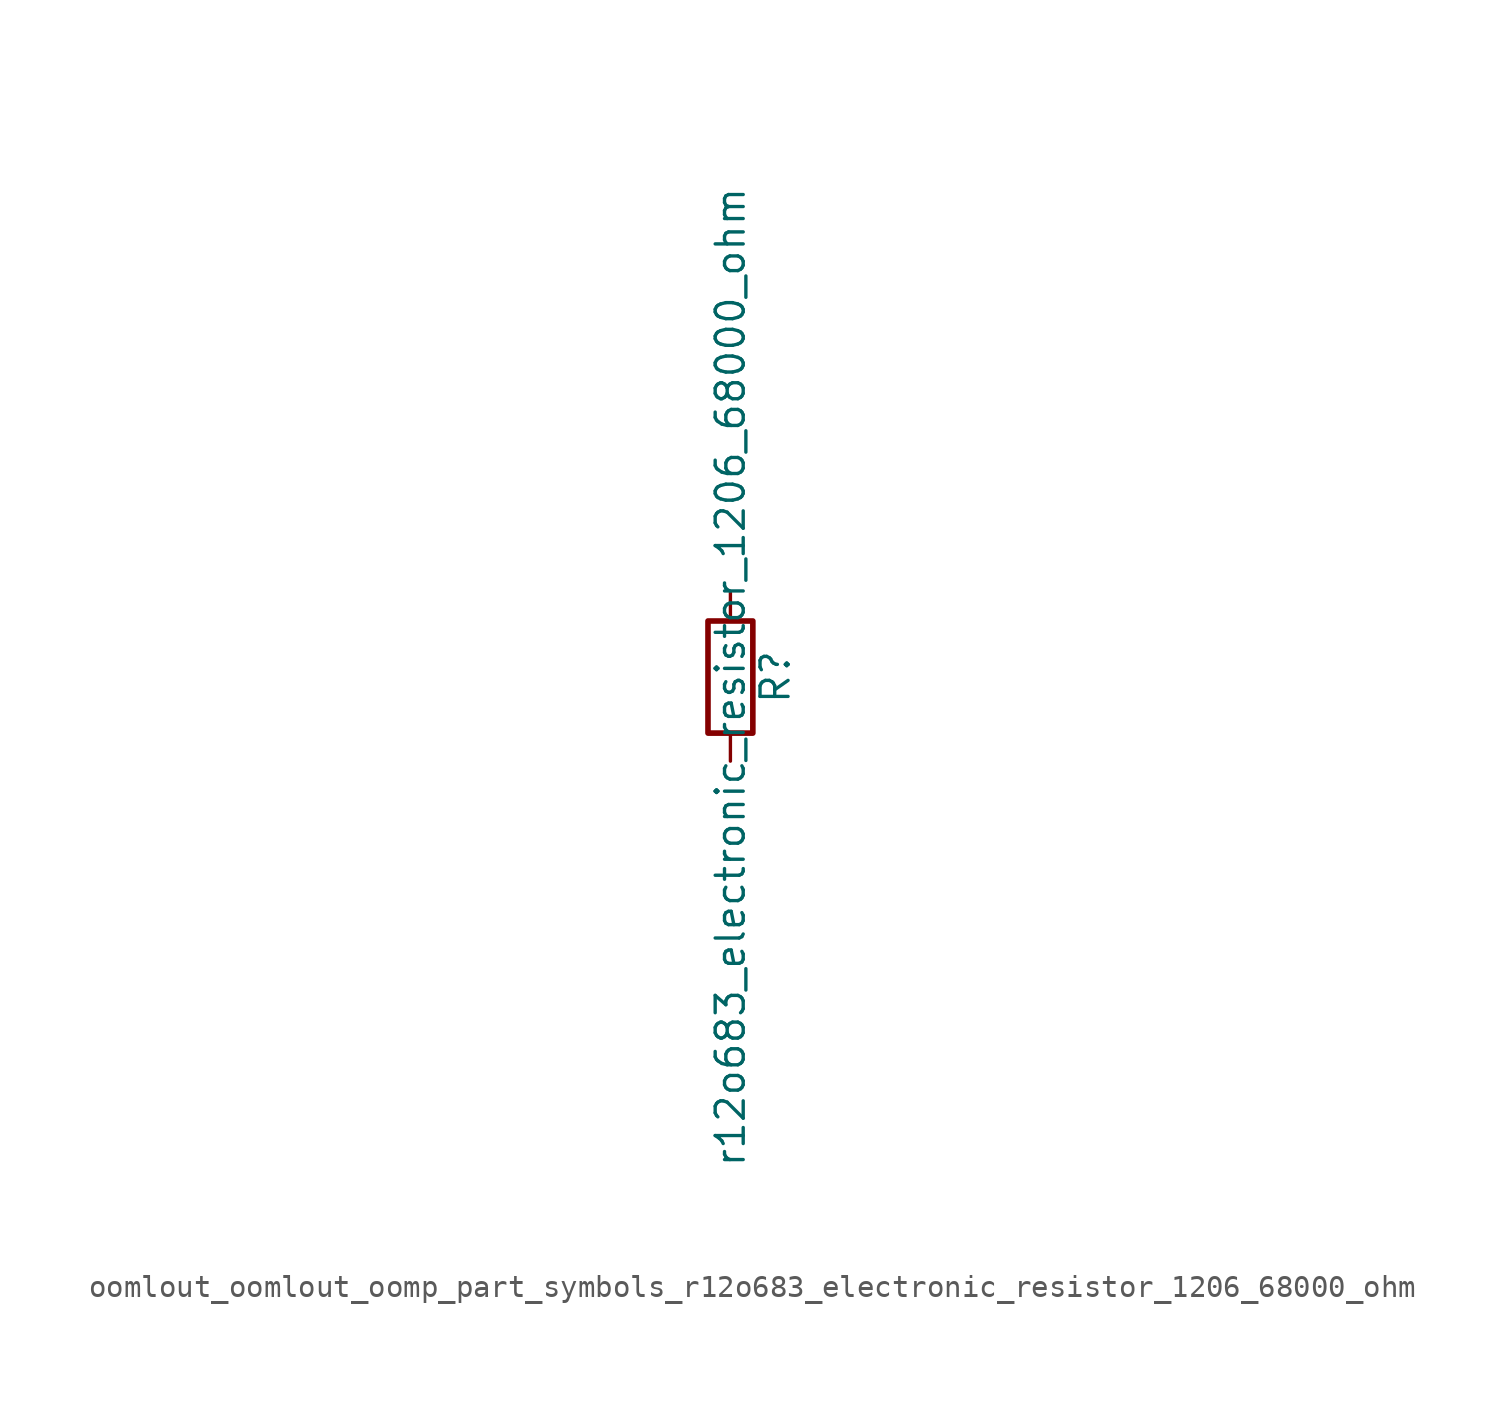
<source format=kicad_sym>
(kicad_symbol_lib
  (version 20220914)
  (generator kicad_symbol_editor)
  (symbol "oomlout_oomlout_oomp_part_symbols_r12o683_electronic_resistor_1206_68000_ohm"
    (pin_numbers hide)
    (pin_names
      (offset 0))
    (property "Reference" "R"
      (at 2.032 0 90)
      (effects (font (size 1.27 1.27))))
    (property "Value" "r12o683_electronic_resistor_1206_68000_ohm"
      (at 0 0 90)
      (effects (font (size 1.27 1.27))))
    (symbol "oomlout_oomlout_oomp_part_symbols_r12o683_electronic_resistor_1206_68000_ohm_0_1"
      (rectangle (start -1.016 -2.54) (end 1.016 2.54) (stroke (width 0.254) (type default)) (fill (type none))))
    (symbol "oomlout_oomlout_oomp_part_symbols_r12o683_electronic_resistor_1206_68000_ohm_1_1"
      (pin passive line (at 0 3.81 270) (length 1.27) (name "~" (effects (font (size 1.27 1.27)))) (number "1" (effects (font (size 1.27 1.27)))))
      (pin passive line (at 0 -3.81 90) (length 1.27) (name "~" (effects (font (size 1.27 1.27)))) (number "2" (effects (font (size 1.27 1.27))))))))
</source>
